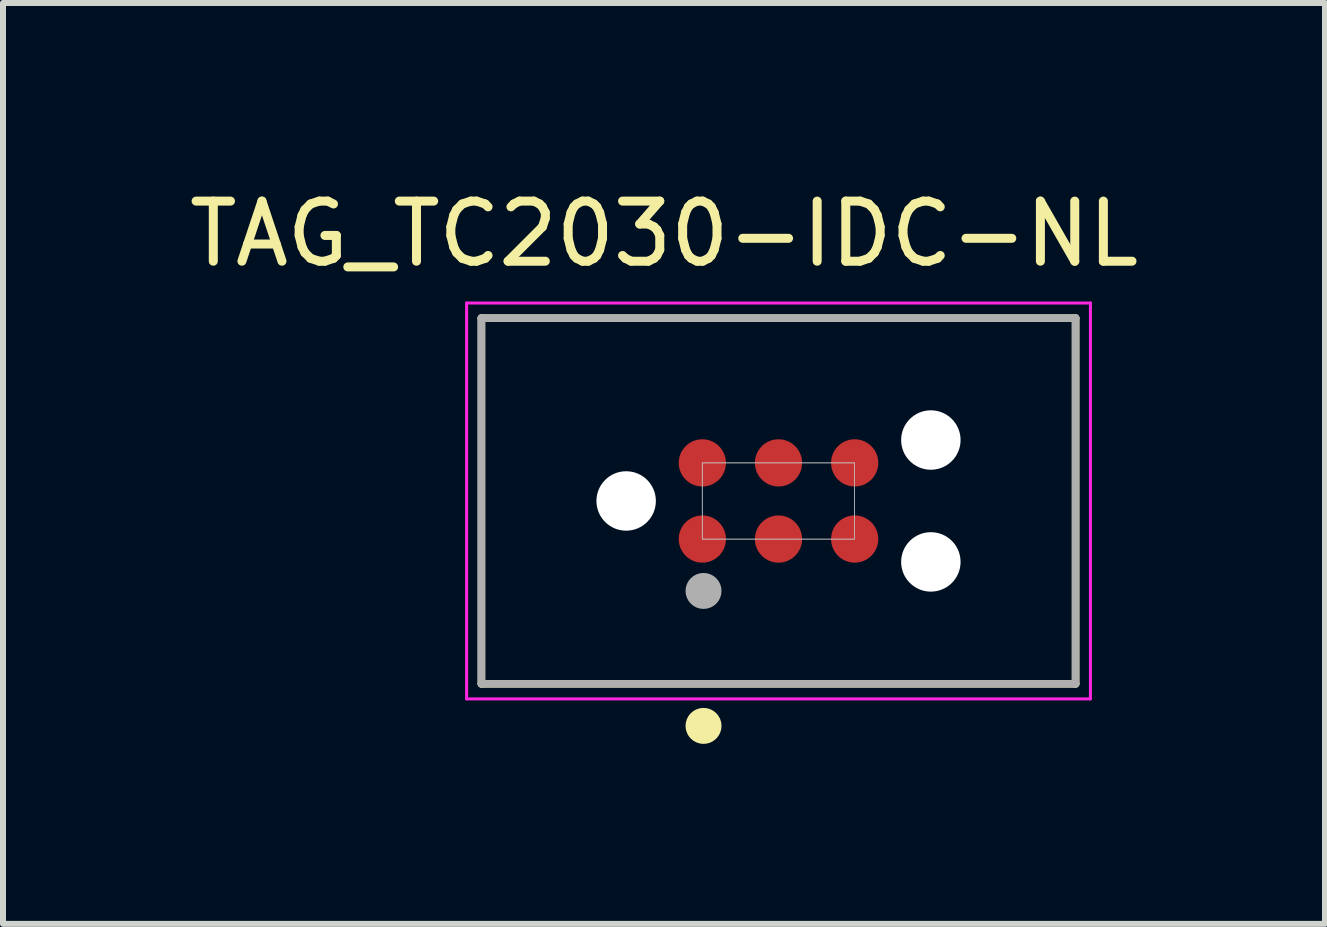
<source format=kicad_pcb>
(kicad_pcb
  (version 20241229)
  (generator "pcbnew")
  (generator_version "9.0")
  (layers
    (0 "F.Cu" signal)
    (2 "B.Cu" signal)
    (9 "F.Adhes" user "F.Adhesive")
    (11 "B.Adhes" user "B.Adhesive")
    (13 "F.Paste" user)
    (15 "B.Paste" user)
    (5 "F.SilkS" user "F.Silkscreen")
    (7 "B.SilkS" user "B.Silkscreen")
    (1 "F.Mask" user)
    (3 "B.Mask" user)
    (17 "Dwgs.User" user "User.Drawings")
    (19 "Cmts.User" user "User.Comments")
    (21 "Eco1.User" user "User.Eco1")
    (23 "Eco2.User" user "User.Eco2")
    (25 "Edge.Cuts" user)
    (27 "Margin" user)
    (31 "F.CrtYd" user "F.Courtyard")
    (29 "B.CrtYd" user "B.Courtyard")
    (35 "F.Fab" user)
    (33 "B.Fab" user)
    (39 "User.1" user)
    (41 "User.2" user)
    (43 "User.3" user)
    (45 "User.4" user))
  (footprint "TAG_TC2030-IDC-NL"
    (layer "F.Cu")
    (at 9.929 5.302)
    (property "Reference" "TAG_TC2030-IDC-NL" (at -1.908 -4.453 0) (layer "F.SilkS") (effects (font (size 1.002 1.002) (thickness 0.15))))
    (attr through_hole)
    (fp_line (start -4.953 -3.048) (end -4.953 3.048) (stroke (width 0.127) (type solid)) (layer "F.SilkS"))
    (fp_line (start -4.953 3.048) (end 4.953 3.048) (stroke (width 0.127) (type solid)) (layer "F.SilkS"))
    (fp_line (start 4.953 -3.048) (end -4.953 -3.048) (stroke (width 0.127) (type solid)) (layer "F.SilkS"))
    (fp_line (start 4.953 3.048) (end 4.953 -3.048) (stroke (width 0.127) (type solid)) (layer "F.SilkS"))
    (fp_circle (center -1.25 3.75) (end -1.1 3.75) (stroke (width 0.3) (type solid)) (fill no) (layer "F.SilkS"))
    (fp_poly (pts (xy -1.272 -0.635) (xy 1.27 -0.635) (xy 1.27 0.636) (xy -1.272 0.636)) (stroke (width 0.01) (type solid)) (fill no) (layer "Dwgs.User"))
    (fp_poly (pts (xy -1.271 -0.635) (xy 1.27 -0.635) (xy 1.27 0.636) (xy -1.271 0.636)) (stroke (width 0.01) (type solid)) (fill no) (layer "Dwgs.User"))
    (fp_line (start -5.2 -3.3) (end 5.2 -3.3) (stroke (width 0.05) (type solid)) (layer "F.CrtYd"))
    (fp_line (start -5.2 3.3) (end -5.2 -3.3) (stroke (width 0.05) (type solid)) (layer "F.CrtYd"))
    (fp_line (start 5.2 -3.3) (end 5.2 3.3) (stroke (width 0.05) (type solid)) (layer "F.CrtYd"))
    (fp_line (start 5.2 3.3) (end -5.2 3.3) (stroke (width 0.05) (type solid)) (layer "F.CrtYd"))
    (fp_line (start -4.953 -3.048) (end 4.953 -3.048) (stroke (width 0.127) (type solid)) (layer "F.Fab"))
    (fp_line (start -4.953 3.048) (end -4.953 -3.048) (stroke (width 0.127) (type solid)) (layer "F.Fab"))
    (fp_line (start 4.953 -3.048) (end 4.953 3.048) (stroke (width 0.127) (type solid)) (layer "F.Fab"))
    (fp_line (start 4.953 3.048) (end -4.953 3.048) (stroke (width 0.127) (type solid)) (layer "F.Fab"))
    (fp_circle (center -1.25 1.5) (end -1.1 1.5) (stroke (width 0.3) (type solid)) (fill no) (layer "F.Fab"))
    (pad "" np_thru_hole circle (at -2.54 0) (size 0.991 0.991) (drill 0.991) (layers "*.Cu" "*.Mask"))
    (pad "" np_thru_hole circle (at 2.54 -1.016) (size 0.991 0.991) (drill 0.991) (layers "*.Cu" "*.Mask"))
    (pad "" np_thru_hole circle (at 2.54 1.016) (size 0.991 0.991) (drill 0.991) (layers "*.Cu" "*.Mask"))
    (pad "1" smd circle (at -1.27 0.635) (size 0.787 0.787) (layers "F.Cu" "F.Mask"))
    (pad "2" smd circle (at -1.27 -0.635) (size 0.787 0.787) (layers "F.Cu" "F.Mask"))
    (pad "3" smd circle (at 0 0.635) (size 0.787 0.787) (layers "F.Cu" "F.Mask"))
    (pad "4" smd circle (at 0 -0.635) (size 0.787 0.787) (layers "F.Cu" "F.Mask"))
    (pad "5" smd circle (at 1.27 0.635) (size 0.787 0.787) (layers "F.Cu" "F.Mask"))
    (pad "6" smd circle (at 1.27 -0.635) (size 0.787 0.787) (layers "F.Cu" "F.Mask")))
  (gr_rect
    (start -3 -3)
    (end 19.04 12.352)
    (stroke (width 0.1) (type default))
    (fill no)
    (layer "Edge.Cuts")))
</source>
